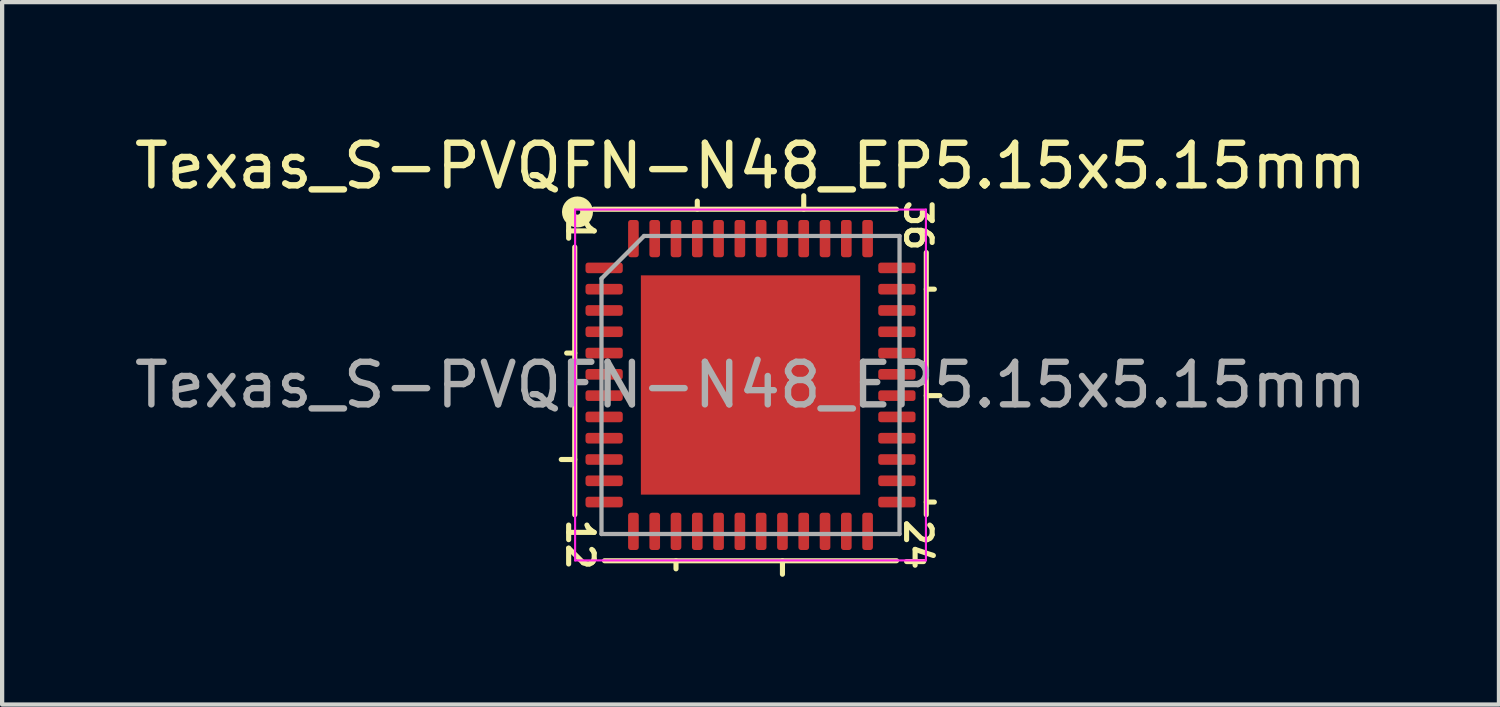
<source format=kicad_pcb>
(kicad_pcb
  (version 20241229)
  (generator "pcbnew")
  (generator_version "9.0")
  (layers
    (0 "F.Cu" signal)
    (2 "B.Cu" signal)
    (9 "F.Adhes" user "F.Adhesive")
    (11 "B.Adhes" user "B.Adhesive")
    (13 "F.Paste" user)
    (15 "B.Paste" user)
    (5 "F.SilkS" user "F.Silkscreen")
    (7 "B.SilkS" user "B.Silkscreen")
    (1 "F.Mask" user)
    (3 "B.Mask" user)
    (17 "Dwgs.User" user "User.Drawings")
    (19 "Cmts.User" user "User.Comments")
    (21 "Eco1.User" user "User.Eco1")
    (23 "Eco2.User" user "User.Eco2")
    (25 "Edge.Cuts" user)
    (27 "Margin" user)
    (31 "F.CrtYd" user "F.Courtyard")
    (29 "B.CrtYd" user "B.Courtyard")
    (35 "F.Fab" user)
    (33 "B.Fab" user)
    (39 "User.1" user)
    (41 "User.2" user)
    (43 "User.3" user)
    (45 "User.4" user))
  (footprint "Texas_S-PVQFN-N48_EP5.15x5.15mm"
    (layer "F.Cu")
    (at 14.577 5.992)
    (property "Reference" "Texas_S-PVQFN-N48_EP5.15x5.15mm" (at 0 -5.144 0) (layer "F.SilkS") (effects (font (size 1 1) (thickness 0.15))))
    (attr smd)
    (fp_line (start -4.128 -3.239) (end -4.128 3.048) (stroke (width 0.12) (type solid)) (layer "F.SilkS"))
    (fp_line (start -4.128 -0.75) (end -4.318 -0.75) (stroke (width 0.12) (type solid)) (layer "F.SilkS"))
    (fp_line (start -4.128 1.75) (end -4.445 1.75) (stroke (width 0.12) (type solid)) (layer "F.SilkS"))
    (fp_line (start -3.429 4.128) (end 3.429 4.128) (stroke (width 0.12) (type solid)) (layer "F.SilkS"))
    (fp_line (start -1.75 4.128) (end -1.75 4.318) (stroke (width 0.12) (type solid)) (layer "F.SilkS"))
    (fp_line (start -1.25 -4.128) (end -1.25 -4.318) (stroke (width 0.12) (type solid)) (layer "F.SilkS"))
    (fp_line (start 0.75 4.128) (end 0.75 4.445) (stroke (width 0.12) (type solid)) (layer "F.SilkS"))
    (fp_line (start 1.25 -4.128) (end 1.25 -4.445) (stroke (width 0.12) (type solid)) (layer "F.SilkS"))
    (fp_line (start 3.429 -4.128) (end -3.683 -4.128) (stroke (width 0.12) (type solid)) (layer "F.SilkS"))
    (fp_line (start 4.128 -2.25) (end 4.318 -2.25) (stroke (width 0.12) (type solid)) (layer "F.SilkS"))
    (fp_line (start 4.128 0.25) (end 4.445 0.25) (stroke (width 0.12) (type solid)) (layer "F.SilkS"))
    (fp_line (start 4.128 2.75) (end 4.318 2.75) (stroke (width 0.12) (type solid)) (layer "F.SilkS"))
    (fp_line (start 4.128 3.048) (end 4.128 -3.111) (stroke (width 0.12) (type solid)) (layer "F.SilkS"))
    (fp_circle (center -4.064 -4.064) (end -4 -4.064) (stroke (width 0.3) (type solid)) (fill no) (layer "F.SilkS"))
    (fp_line (start -4.12 -4.12) (end -4.12 4.12) (stroke (width 0.05) (type solid)) (layer "F.CrtYd"))
    (fp_line (start -4.12 4.12) (end 4.12 4.12) (stroke (width 0.05) (type solid)) (layer "F.CrtYd"))
    (fp_line (start 4.12 -4.12) (end -4.12 -4.12) (stroke (width 0.05) (type solid)) (layer "F.CrtYd"))
    (fp_line (start 4.12 4.12) (end 4.12 -4.12) (stroke (width 0.05) (type solid)) (layer "F.CrtYd"))
    (fp_line (start -3.5 -2.5) (end -2.5 -3.5) (stroke (width 0.1) (type solid)) (layer "F.Fab"))
    (fp_line (start -3.5 3.5) (end -3.5 -2.5) (stroke (width 0.1) (type solid)) (layer "F.Fab"))
    (fp_line (start -2.5 -3.5) (end 3.5 -3.5) (stroke (width 0.1) (type solid)) (layer "F.Fab"))
    (fp_line (start 3.5 -3.5) (end 3.5 3.5) (stroke (width 0.1) (type solid)) (layer "F.Fab"))
    (fp_line (start 3.5 3.5) (end -3.5 3.5) (stroke (width 0.1) (type solid)) (layer "F.Fab"))
    (fp_text user "12" (at -4 3.747 270) (unlocked yes) (layer "F.SilkS") (effects (font (size 0.6 0.6) (thickness 0.12))))
    (fp_text user "36" (at 3.937 -3.747 270) (unlocked yes) (layer "F.SilkS") (effects (font (size 0.6 0.6) (thickness 0.12))))
    (fp_text user "24" (at 3.937 3.747 270) (unlocked yes) (layer "F.SilkS") (effects (font (size 0.6 0.6) (thickness 0.12))))
    (fp_text user "1" (at -4 -3.619 270) (unlocked yes) (layer "F.SilkS") (effects (font (size 0.6 0.6) (thickness 0.12))))
    (fp_text user "${REFERENCE}" (at 0 0 0) (layer "F.Fab") (effects (font (size 1 1) (thickness 0.15))))
    (pad "" smd roundrect (at -1.935 -1.935) (size 1.04 1.04) (layers "F.Paste") (roundrect_rratio 0.24))
    (pad "" smd roundrect (at -1.935 -0.645) (size 1.04 1.04) (layers "F.Paste") (roundrect_rratio 0.24))
    (pad "" smd roundrect (at -1.935 0.645) (size 1.04 1.04) (layers "F.Paste") (roundrect_rratio 0.24))
    (pad "" smd roundrect (at -1.935 1.935) (size 1.04 1.04) (layers "F.Paste") (roundrect_rratio 0.24))
    (pad "" smd roundrect (at -0.645 -1.935) (size 1.04 1.04) (layers "F.Paste") (roundrect_rratio 0.24))
    (pad "" smd roundrect (at -0.645 -0.645) (size 1.04 1.04) (layers "F.Paste") (roundrect_rratio 0.24))
    (pad "" smd roundrect (at -0.645 0.645) (size 1.04 1.04) (layers "F.Paste") (roundrect_rratio 0.24))
    (pad "" smd roundrect (at -0.645 1.935) (size 1.04 1.04) (layers "F.Paste") (roundrect_rratio 0.24))
    (pad "" smd roundrect (at 0.645 -1.935) (size 1.04 1.04) (layers "F.Paste") (roundrect_rratio 0.24))
    (pad "" smd roundrect (at 0.645 -0.645) (size 1.04 1.04) (layers "F.Paste") (roundrect_rratio 0.24))
    (pad "" smd roundrect (at 0.645 0.645) (size 1.04 1.04) (layers "F.Paste") (roundrect_rratio 0.24))
    (pad "" smd roundrect (at 0.645 1.935) (size 1.04 1.04) (layers "F.Paste") (roundrect_rratio 0.24))
    (pad "" smd roundrect (at 1.935 -1.935) (size 1.04 1.04) (layers "F.Paste") (roundrect_rratio 0.24))
    (pad "" smd roundrect (at 1.935 -0.645) (size 1.04 1.04) (layers "F.Paste") (roundrect_rratio 0.24))
    (pad "" smd roundrect (at 1.935 0.645) (size 1.04 1.04) (layers "F.Paste") (roundrect_rratio 0.24))
    (pad "" smd roundrect (at 1.935 1.935) (size 1.04 1.04) (layers "F.Paste") (roundrect_rratio 0.24))
    (pad "1" smd roundrect (at -3.438 -2.75) (size 0.875 0.25) (layers "F.Cu" "F.Mask" "F.Paste") (roundrect_rratio 0.25))
    (pad "2" smd roundrect (at -3.438 -2.25) (size 0.875 0.25) (layers "F.Cu" "F.Mask" "F.Paste") (roundrect_rratio 0.25))
    (pad "3" smd roundrect (at -3.438 -1.75) (size 0.875 0.25) (layers "F.Cu" "F.Mask" "F.Paste") (roundrect_rratio 0.25))
    (pad "4" smd roundrect (at -3.438 -1.25) (size 0.875 0.25) (layers "F.Cu" "F.Mask" "F.Paste") (roundrect_rratio 0.25))
    (pad "5" smd roundrect (at -3.438 -0.75) (size 0.875 0.25) (layers "F.Cu" "F.Mask" "F.Paste") (roundrect_rratio 0.25))
    (pad "6" smd roundrect (at -3.438 -0.25) (size 0.875 0.25) (layers "F.Cu" "F.Mask" "F.Paste") (roundrect_rratio 0.25))
    (pad "7" smd roundrect (at -3.438 0.25) (size 0.875 0.25) (layers "F.Cu" "F.Mask" "F.Paste") (roundrect_rratio 0.25))
    (pad "8" smd roundrect (at -3.438 0.75) (size 0.875 0.25) (layers "F.Cu" "F.Mask" "F.Paste") (roundrect_rratio 0.25))
    (pad "9" smd roundrect (at -3.438 1.25) (size 0.875 0.25) (layers "F.Cu" "F.Mask" "F.Paste") (roundrect_rratio 0.25))
    (pad "10" smd roundrect (at -3.438 1.75) (size 0.875 0.25) (layers "F.Cu" "F.Mask" "F.Paste") (roundrect_rratio 0.25))
    (pad "11" smd roundrect (at -3.438 2.25) (size 0.875 0.25) (layers "F.Cu" "F.Mask" "F.Paste") (roundrect_rratio 0.25))
    (pad "12" smd roundrect (at -3.438 2.75) (size 0.875 0.25) (layers "F.Cu" "F.Mask" "F.Paste") (roundrect_rratio 0.25))
    (pad "13" smd roundrect (at -2.75 3.438) (size 0.25 0.875) (layers "F.Cu" "F.Mask" "F.Paste") (roundrect_rratio 0.25))
    (pad "14" smd roundrect (at -2.25 3.438) (size 0.25 0.875) (layers "F.Cu" "F.Mask" "F.Paste") (roundrect_rratio 0.25))
    (pad "15" smd roundrect (at -1.75 3.438) (size 0.25 0.875) (layers "F.Cu" "F.Mask" "F.Paste") (roundrect_rratio 0.25))
    (pad "16" smd roundrect (at -1.25 3.438) (size 0.25 0.875) (layers "F.Cu" "F.Mask" "F.Paste") (roundrect_rratio 0.25))
    (pad "17" smd roundrect (at -0.75 3.438) (size 0.25 0.875) (layers "F.Cu" "F.Mask" "F.Paste") (roundrect_rratio 0.25))
    (pad "18" smd roundrect (at -0.25 3.438) (size 0.25 0.875) (layers "F.Cu" "F.Mask" "F.Paste") (roundrect_rratio 0.25))
    (pad "19" smd roundrect (at 0.25 3.438) (size 0.25 0.875) (layers "F.Cu" "F.Mask" "F.Paste") (roundrect_rratio 0.25))
    (pad "20" smd roundrect (at 0.75 3.438) (size 0.25 0.875) (layers "F.Cu" "F.Mask" "F.Paste") (roundrect_rratio 0.25))
    (pad "21" smd roundrect (at 1.25 3.438) (size 0.25 0.875) (layers "F.Cu" "F.Mask" "F.Paste") (roundrect_rratio 0.25))
    (pad "22" smd roundrect (at 1.75 3.438) (size 0.25 0.875) (layers "F.Cu" "F.Mask" "F.Paste") (roundrect_rratio 0.25))
    (pad "23" smd roundrect (at 2.25 3.438) (size 0.25 0.875) (layers "F.Cu" "F.Mask" "F.Paste") (roundrect_rratio 0.25))
    (pad "24" smd roundrect (at 2.75 3.438) (size 0.25 0.875) (layers "F.Cu" "F.Mask" "F.Paste") (roundrect_rratio 0.25))
    (pad "25" smd roundrect (at 3.438 2.75) (size 0.875 0.25) (layers "F.Cu" "F.Mask" "F.Paste") (roundrect_rratio 0.25))
    (pad "26" smd roundrect (at 3.438 2.25) (size 0.875 0.25) (layers "F.Cu" "F.Mask" "F.Paste") (roundrect_rratio 0.25))
    (pad "27" smd roundrect (at 3.438 1.75) (size 0.875 0.25) (layers "F.Cu" "F.Mask" "F.Paste") (roundrect_rratio 0.25))
    (pad "28" smd roundrect (at 3.438 1.25) (size 0.875 0.25) (layers "F.Cu" "F.Mask" "F.Paste") (roundrect_rratio 0.25))
    (pad "29" smd roundrect (at 3.438 0.75) (size 0.875 0.25) (layers "F.Cu" "F.Mask" "F.Paste") (roundrect_rratio 0.25))
    (pad "30" smd roundrect (at 3.438 0.25) (size 0.875 0.25) (layers "F.Cu" "F.Mask" "F.Paste") (roundrect_rratio 0.25))
    (pad "31" smd roundrect (at 3.438 -0.25) (size 0.875 0.25) (layers "F.Cu" "F.Mask" "F.Paste") (roundrect_rratio 0.25))
    (pad "32" smd roundrect (at 3.438 -0.75) (size 0.875 0.25) (layers "F.Cu" "F.Mask" "F.Paste") (roundrect_rratio 0.25))
    (pad "33" smd roundrect (at 3.438 -1.25) (size 0.875 0.25) (layers "F.Cu" "F.Mask" "F.Paste") (roundrect_rratio 0.25))
    (pad "34" smd roundrect (at 3.438 -1.75) (size 0.875 0.25) (layers "F.Cu" "F.Mask" "F.Paste") (roundrect_rratio 0.25))
    (pad "35" smd roundrect (at 3.438 -2.25) (size 0.875 0.25) (layers "F.Cu" "F.Mask" "F.Paste") (roundrect_rratio 0.25))
    (pad "36" smd roundrect (at 3.438 -2.75) (size 0.875 0.25) (layers "F.Cu" "F.Mask" "F.Paste") (roundrect_rratio 0.25))
    (pad "37" smd roundrect (at 2.75 -3.438) (size 0.25 0.875) (layers "F.Cu" "F.Mask" "F.Paste") (roundrect_rratio 0.25))
    (pad "38" smd roundrect (at 2.25 -3.438) (size 0.25 0.875) (layers "F.Cu" "F.Mask" "F.Paste") (roundrect_rratio 0.25))
    (pad "39" smd roundrect (at 1.75 -3.438) (size 0.25 0.875) (layers "F.Cu" "F.Mask" "F.Paste") (roundrect_rratio 0.25))
    (pad "40" smd roundrect (at 1.25 -3.438) (size 0.25 0.875) (layers "F.Cu" "F.Mask" "F.Paste") (roundrect_rratio 0.25))
    (pad "41" smd roundrect (at 0.75 -3.438) (size 0.25 0.875) (layers "F.Cu" "F.Mask" "F.Paste") (roundrect_rratio 0.25))
    (pad "42" smd roundrect (at 0.25 -3.438) (size 0.25 0.875) (layers "F.Cu" "F.Mask" "F.Paste") (roundrect_rratio 0.25))
    (pad "43" smd roundrect (at -0.25 -3.438) (size 0.25 0.875) (layers "F.Cu" "F.Mask" "F.Paste") (roundrect_rratio 0.25))
    (pad "44" smd roundrect (at -0.75 -3.438) (size 0.25 0.875) (layers "F.Cu" "F.Mask" "F.Paste") (roundrect_rratio 0.25))
    (pad "45" smd roundrect (at -1.25 -3.438) (size 0.25 0.875) (layers "F.Cu" "F.Mask" "F.Paste") (roundrect_rratio 0.25))
    (pad "46" smd roundrect (at -1.75 -3.438) (size 0.25 0.875) (layers "F.Cu" "F.Mask" "F.Paste") (roundrect_rratio 0.25))
    (pad "47" smd roundrect (at -2.25 -3.438) (size 0.25 0.875) (layers "F.Cu" "F.Mask" "F.Paste") (roundrect_rratio 0.25))
    (pad "48" smd roundrect (at -2.75 -3.438) (size 0.25 0.875) (layers "F.Cu" "F.Mask" "F.Paste") (roundrect_rratio 0.25))
    (pad "49" smd rect (at 0 0) (size 5.15 5.15) (layers "F.Cu" "F.Mask")))
  (gr_rect
    (start -3 -3)
    (end 32.155 13.497)
    (stroke (width 0.1) (type default))
    (fill no)
    (layer "Edge.Cuts")))
</source>
